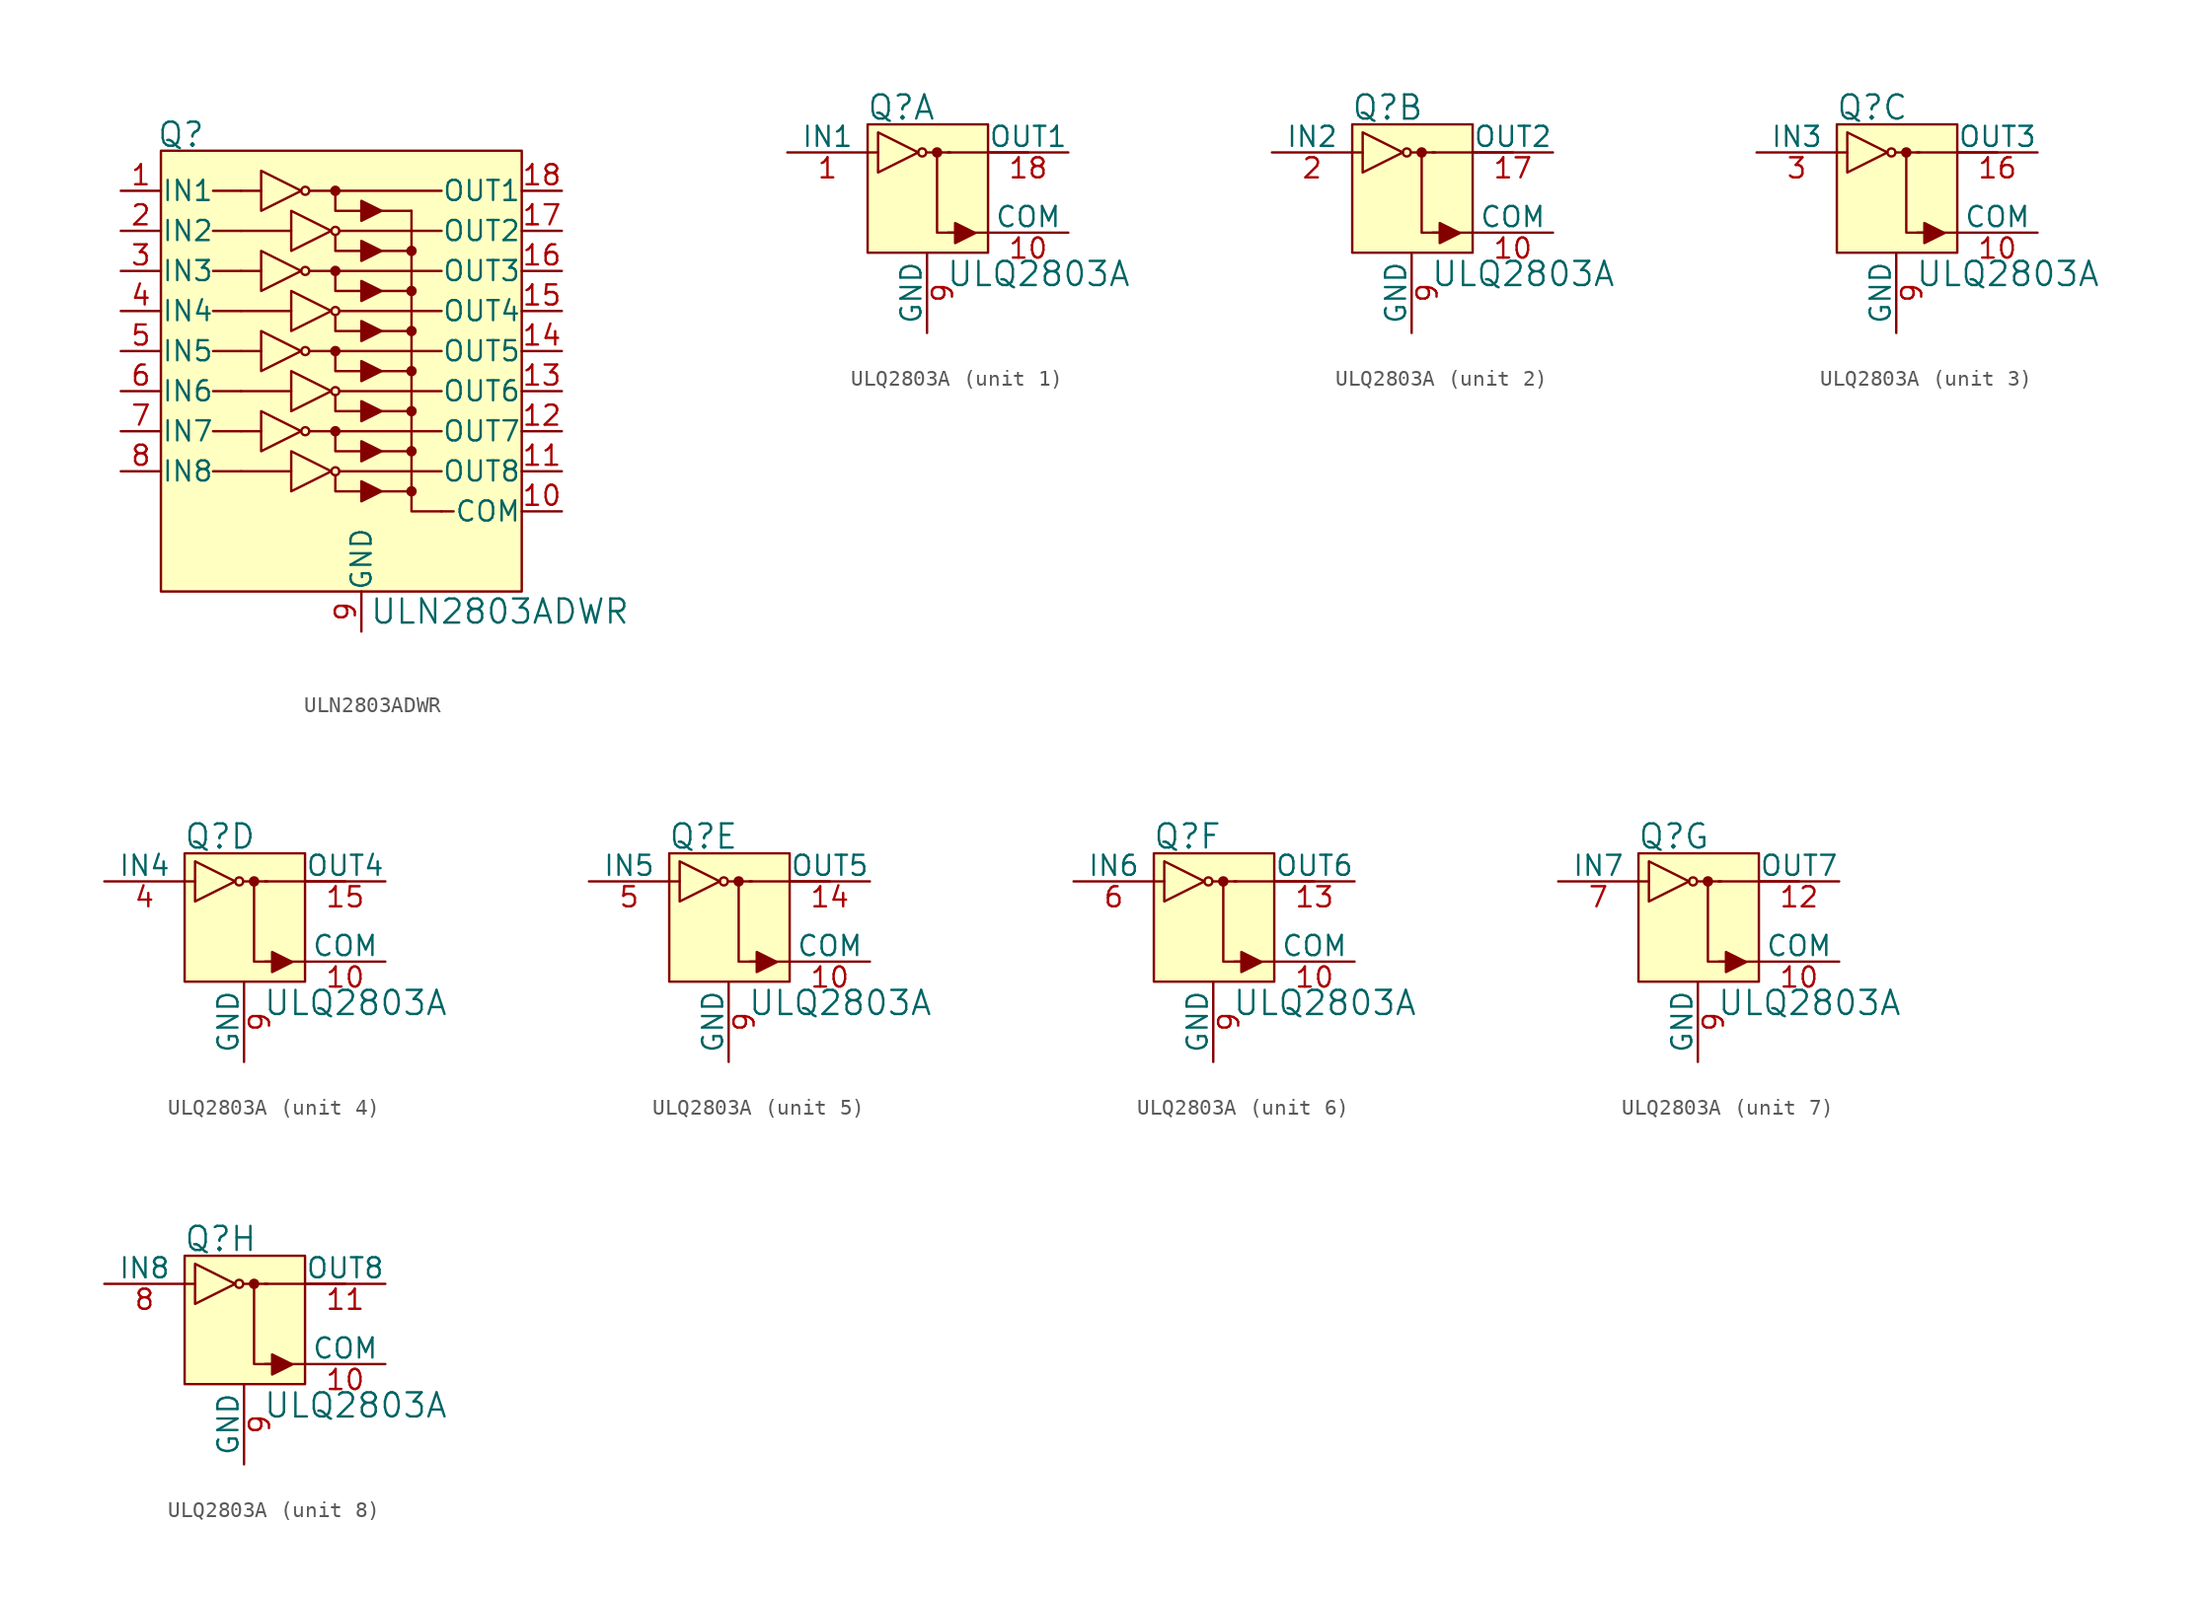
<source format=kicad_sym>
(kicad_symbol_lib
  (version 20220914)
  (generator kicad_symbol_editor)
  (symbol "ULN2803ADWR"
    (pin_names
      (offset 0.025))
    (property "Reference" "Q"
      (at -19.05 23.876 0)
      (effects (font (size 1.524 1.524))))
    (property "Value" "ULN2803ADWR"
      (at -7.112 -6.35 0)
      (effects (font (size 1.524 1.524)) (justify left)))
    (symbol "ULN2803ADWR_0_1"
      (rectangle (start -20.32 22.86) (end 2.54 -5.08) (stroke (width 0) (type default)) (fill (type background)))
      (circle (center -11.176 5.08) (radius 0.254) (stroke (width 0) (type default)) (fill (type none)))
      (circle (center -11.176 10.16) (radius 0.254) (stroke (width 0) (type default)) (fill (type none)))
      (circle (center -11.176 15.24) (radius 0.254) (stroke (width 0) (type default)) (fill (type none)))
      (circle (center -11.176 20.32) (radius 0.254) (stroke (width 0) (type default)) (fill (type none)))
      (circle (center -9.271 2.54) (radius 0.254) (stroke (width 0) (type default)) (fill (type none)))
      (circle (center -9.271 5.08) (radius 0.254) (stroke (width 0) (type default)) (fill (type outline)))
      (circle (center -9.271 7.62) (radius 0.254) (stroke (width 0) (type default)) (fill (type none)))
      (circle (center -9.271 10.16) (radius 0.254) (stroke (width 0) (type default)) (fill (type outline)))
      (circle (center -9.271 12.7) (radius 0.254) (stroke (width 0) (type default)) (fill (type none)))
      (circle (center -9.271 15.24) (radius 0.254) (stroke (width 0) (type default)) (fill (type outline)))
      (circle (center -9.271 17.78) (radius 0.254) (stroke (width 0) (type default)) (fill (type none)))
      (circle (center -9.271 20.32) (radius 0.254) (stroke (width 0) (type default)) (fill (type outline)))
      (circle (center -4.445 1.27) (radius 0.254) (stroke (width 0) (type default)) (fill (type outline)))
      (circle (center -4.445 3.81) (radius 0.254) (stroke (width 0) (type default)) (fill (type outline)))
      (circle (center -4.445 6.35) (radius 0.254) (stroke (width 0) (type default)) (fill (type outline)))
      (circle (center -4.445 8.89) (radius 0.254) (stroke (width 0) (type default)) (fill (type outline)))
      (circle (center -4.445 11.43) (radius 0.254) (stroke (width 0) (type default)) (fill (type outline)))
      (circle (center -4.445 13.97) (radius 0.254) (stroke (width 0) (type default)) (fill (type outline)))
      (circle (center -4.445 16.51) (radius 0.254) (stroke (width 0) (type default)) (fill (type outline)))
      (polyline (pts (xy -15.24 2.54) (xy -17.018 2.54)) (stroke (width 0) (type default)) (fill (type none)))
      (polyline (pts (xy -15.24 5.08) (xy -17.018 5.08)) (stroke (width 0) (type default)) (fill (type none)))
      (polyline (pts (xy -15.24 5.08) (xy -13.97 5.08)) (stroke (width 0) (type default)) (fill (type none)))
      (polyline (pts (xy -15.24 7.62) (xy -17.018 7.62)) (stroke (width 0) (type default)) (fill (type none)))
      (polyline (pts (xy -15.24 10.16) (xy -17.018 10.16)) (stroke (width 0) (type default)) (fill (type none)))
      (polyline (pts (xy -15.24 10.16) (xy -13.97 10.16)) (stroke (width 0) (type default)) (fill (type none)))
      (polyline (pts (xy -15.24 12.7) (xy -17.018 12.7)) (stroke (width 0) (type default)) (fill (type none)))
      (polyline (pts (xy -15.24 15.24) (xy -17.018 15.24)) (stroke (width 0) (type default)) (fill (type none)))
      (polyline (pts (xy -15.24 15.24) (xy -13.97 15.24)) (stroke (width 0) (type default)) (fill (type none)))
      (polyline (pts (xy -15.24 17.78) (xy -17.018 17.78)) (stroke (width 0) (type default)) (fill (type none)))
      (polyline (pts (xy -15.24 20.32) (xy -17.018 20.32)) (stroke (width 0) (type default)) (fill (type none)))
      (polyline (pts (xy -15.24 20.32) (xy -13.97 20.32)) (stroke (width 0) (type default)) (fill (type none)))
      (polyline (pts (xy -12.065 2.54) (xy -15.24 2.54)) (stroke (width 0) (type default)) (fill (type none)))
      (polyline (pts (xy -12.065 7.62) (xy -15.24 7.62)) (stroke (width 0) (type default)) (fill (type none)))
      (polyline (pts (xy -12.065 12.7) (xy -15.24 12.7)) (stroke (width 0) (type default)) (fill (type none)))
      (polyline (pts (xy -12.065 17.78) (xy -15.24 17.78)) (stroke (width 0) (type default)) (fill (type none)))
      (polyline (pts (xy -10.922 5.08) (xy -9.398 5.08)) (stroke (width 0) (type default)) (fill (type none)))
      (polyline (pts (xy -10.922 10.16) (xy -9.398 10.16)) (stroke (width 0) (type default)) (fill (type none)))
      (polyline (pts (xy -10.922 15.24) (xy -9.398 15.24)) (stroke (width 0) (type default)) (fill (type none)))
      (polyline (pts (xy -10.922 20.32) (xy -9.398 20.32)) (stroke (width 0) (type default)) (fill (type none)))
      (polyline (pts (xy -9.017 5.08) (xy -2.54 5.08)) (stroke (width 0) (type default)) (fill (type none)))
      (polyline (pts (xy -9.017 10.16) (xy -2.54 10.16)) (stroke (width 0) (type default)) (fill (type none)))
      (polyline (pts (xy -9.017 15.24) (xy -2.54 15.24)) (stroke (width 0) (type default)) (fill (type none)))
      (polyline (pts (xy -9.017 20.32) (xy -2.54 20.32)) (stroke (width 0) (type default)) (fill (type none)))
      (polyline (pts (xy -6.35 1.27) (xy -4.445 1.27)) (stroke (width 0) (type default)) (fill (type none)))
      (polyline (pts (xy -6.35 3.81) (xy -4.445 3.81)) (stroke (width 0) (type default)) (fill (type none)))
      (polyline (pts (xy -6.35 6.35) (xy -4.445 6.35)) (stroke (width 0) (type default)) (fill (type none)))
      (polyline (pts (xy -6.35 8.89) (xy -4.445 8.89)) (stroke (width 0) (type default)) (fill (type none)))
      (polyline (pts (xy -6.35 11.43) (xy -4.445 11.43)) (stroke (width 0) (type default)) (fill (type none)))
      (polyline (pts (xy -6.35 13.97) (xy -4.445 13.97)) (stroke (width 0) (type default)) (fill (type none)))
      (polyline (pts (xy -6.35 16.51) (xy -4.445 16.51)) (stroke (width 0) (type default)) (fill (type none)))
      (polyline (pts (xy -6.35 19.05) (xy -4.445 19.05)) (stroke (width 0) (type default)) (fill (type none)))
      (polyline (pts (xy -2.54 0) (xy -1.778 0)) (stroke (width 0) (type default)) (fill (type none)))
      (polyline (pts (xy -2.54 2.54) (xy -9.017 2.54)) (stroke (width 0) (type default)) (fill (type none)))
      (polyline (pts (xy -2.54 7.62) (xy -9.017 7.62)) (stroke (width 0) (type default)) (fill (type none)))
      (polyline (pts (xy -2.54 12.7) (xy -9.017 12.7)) (stroke (width 0) (type default)) (fill (type none)))
      (polyline (pts (xy -2.54 17.78) (xy -9.017 17.78)) (stroke (width 0) (type default)) (fill (type none)))
      (polyline (pts (xy -7.62 1.27) (xy -9.271 1.27) (xy -9.271 2.286)) (stroke (width 0) (type default)) (fill (type none)))
      (polyline (pts (xy -7.62 3.81) (xy -9.271 3.81) (xy -9.271 4.953)) (stroke (width 0) (type default)) (fill (type none)))
      (polyline (pts (xy -7.62 6.35) (xy -9.271 6.35) (xy -9.271 7.366)) (stroke (width 0) (type default)) (fill (type none)))
      (polyline (pts (xy -7.62 8.89) (xy -9.271 8.89) (xy -9.271 10.033)) (stroke (width 0) (type default)) (fill (type none)))
      (polyline (pts (xy -7.62 11.43) (xy -9.271 11.43) (xy -9.271 12.446)) (stroke (width 0) (type default)) (fill (type none)))
      (polyline (pts (xy -7.62 13.97) (xy -9.271 13.97) (xy -9.271 15.113)) (stroke (width 0) (type default)) (fill (type none)))
      (polyline (pts (xy -7.62 16.51) (xy -9.271 16.51) (xy -9.271 17.526)) (stroke (width 0) (type default)) (fill (type none)))
      (polyline (pts (xy -7.62 19.05) (xy -9.271 19.05) (xy -9.271 20.193)) (stroke (width 0) (type default)) (fill (type none)))
      (polyline (pts (xy -4.445 19.05) (xy -4.445 0) (xy -2.54 0)) (stroke (width 0) (type default)) (fill (type none)))
      (polyline (pts (xy -13.97 6.35) (xy -13.97 3.81) (xy -11.43 5.08) (xy -13.97 6.35)) (stroke (width 0) (type default)) (fill (type none)))
      (polyline (pts (xy -13.97 11.43) (xy -13.97 8.89) (xy -11.43 10.16) (xy -13.97 11.43)) (stroke (width 0) (type default)) (fill (type none)))
      (polyline (pts (xy -13.97 16.51) (xy -13.97 13.97) (xy -11.43 15.24) (xy -13.97 16.51)) (stroke (width 0) (type default)) (fill (type none)))
      (polyline (pts (xy -13.97 21.59) (xy -13.97 19.05) (xy -11.43 20.32) (xy -13.97 21.59)) (stroke (width 0) (type default)) (fill (type none)))
      (polyline (pts (xy -12.065 3.81) (xy -12.065 1.27) (xy -9.525 2.54) (xy -12.065 3.81)) (stroke (width 0) (type default)) (fill (type none)))
      (polyline (pts (xy -12.065 8.89) (xy -12.065 6.35) (xy -9.525 7.62) (xy -12.065 8.89)) (stroke (width 0) (type default)) (fill (type none)))
      (polyline (pts (xy -12.065 13.97) (xy -12.065 11.43) (xy -9.525 12.7) (xy -12.065 13.97)) (stroke (width 0) (type default)) (fill (type none)))
      (polyline (pts (xy -12.065 19.05) (xy -12.065 16.51) (xy -9.525 17.78) (xy -12.065 19.05)) (stroke (width 0) (type default)) (fill (type none)))
      (polyline (pts (xy -7.62 1.905) (xy -7.62 0.635) (xy -6.35 1.27) (xy -7.62 1.905)) (stroke (width 0) (type default)) (fill (type outline)))
      (polyline (pts (xy -7.62 4.445) (xy -7.62 3.175) (xy -6.35 3.81) (xy -7.62 4.445)) (stroke (width 0) (type default)) (fill (type outline)))
      (polyline (pts (xy -7.62 6.985) (xy -7.62 5.715) (xy -6.35 6.35) (xy -7.62 6.985)) (stroke (width 0) (type default)) (fill (type outline)))
      (polyline (pts (xy -7.62 9.525) (xy -7.62 8.255) (xy -6.35 8.89) (xy -7.62 9.525)) (stroke (width 0) (type default)) (fill (type outline)))
      (polyline (pts (xy -7.62 12.065) (xy -7.62 10.795) (xy -6.35 11.43) (xy -7.62 12.065)) (stroke (width 0) (type default)) (fill (type outline)))
      (polyline (pts (xy -7.62 14.605) (xy -7.62 13.335) (xy -6.35 13.97) (xy -7.62 14.605)) (stroke (width 0) (type default)) (fill (type outline)))
      (polyline (pts (xy -7.62 17.145) (xy -7.62 15.875) (xy -6.35 16.51) (xy -7.62 17.145)) (stroke (width 0) (type default)) (fill (type outline)))
      (polyline (pts (xy -7.62 19.685) (xy -7.62 18.415) (xy -6.35 19.05) (xy -7.62 19.685)) (stroke (width 0) (type default)) (fill (type outline))))
    (symbol "ULN2803ADWR_1_1"
      (pin input line (at -22.86 20.32 0) (length 2.54) (name "IN1" (effects (font (size 1.27 1.27)))) (number "1" (effects (font (size 1.27 1.27)))))
      (pin output line (at 5.08 0 180) (length 2.54) (name "COM" (effects (font (size 1.27 1.27)))) (number "10" (effects (font (size 1.27 1.27)))))
      (pin output line (at 5.08 2.54 180) (length 2.54) (name "OUT8" (effects (font (size 1.27 1.27)))) (number "11" (effects (font (size 1.27 1.27)))))
      (pin output line (at 5.08 5.08 180) (length 2.54) (name "OUT7" (effects (font (size 1.27 1.27)))) (number "12" (effects (font (size 1.27 1.27)))))
      (pin output line (at 5.08 7.62 180) (length 2.54) (name "OUT6" (effects (font (size 1.27 1.27)))) (number "13" (effects (font (size 1.27 1.27)))))
      (pin output line (at 5.08 10.16 180) (length 2.54) (name "OUT5" (effects (font (size 1.27 1.27)))) (number "14" (effects (font (size 1.27 1.27)))))
      (pin output line (at 5.08 12.7 180) (length 2.54) (name "OUT4" (effects (font (size 1.27 1.27)))) (number "15" (effects (font (size 1.27 1.27)))))
      (pin output line (at 5.08 15.24 180) (length 2.54) (name "OUT3" (effects (font (size 1.27 1.27)))) (number "16" (effects (font (size 1.27 1.27)))))
      (pin output line (at 5.08 17.78 180) (length 2.54) (name "OUT2" (effects (font (size 1.27 1.27)))) (number "17" (effects (font (size 1.27 1.27)))))
      (pin output line (at 5.08 20.32 180) (length 2.54) (name "OUT1" (effects (font (size 1.27 1.27)))) (number "18" (effects (font (size 1.27 1.27)))))
      (pin input line (at -22.86 17.78 0) (length 2.54) (name "IN2" (effects (font (size 1.27 1.27)))) (number "2" (effects (font (size 1.27 1.27)))))
      (pin input line (at -22.86 15.24 0) (length 2.54) (name "IN3" (effects (font (size 1.27 1.27)))) (number "3" (effects (font (size 1.27 1.27)))))
      (pin input line (at -22.86 12.7 0) (length 2.54) (name "IN4" (effects (font (size 1.27 1.27)))) (number "4" (effects (font (size 1.27 1.27)))))
      (pin input line (at -22.86 10.16 0) (length 2.54) (name "IN5" (effects (font (size 1.27 1.27)))) (number "5" (effects (font (size 1.27 1.27)))))
      (pin input line (at -22.86 7.62 0) (length 2.54) (name "IN6" (effects (font (size 1.27 1.27)))) (number "6" (effects (font (size 1.27 1.27)))))
      (pin input line (at -22.86 5.08 0) (length 2.54) (name "IN7" (effects (font (size 1.27 1.27)))) (number "7" (effects (font (size 1.27 1.27)))))
      (pin input line (at -22.86 2.54 0) (length 2.54) (name "IN8" (effects (font (size 1.27 1.27)))) (number "8" (effects (font (size 1.27 1.27)))))
      (pin power_in line (at -7.62 -7.62 90) (length 2.54) (name "GND" (effects (font (size 1.27 1.27)))) (number "9" (effects (font (size 1.27 1.27)))))))
  (symbol "ULQ2803A"
    (pin_names
      (offset 0))
    (property "Reference" "Q"
      (at -3.835 5.41 0)
      (effects (font (size 1.524 1.524)) (justify left)))
    (property "Value" "ULQ2803A"
      (at 1.194 -5.131 0)
      (effects (font (size 1.524 1.524)) (justify left)))
    (property "ki_locked" ""
      (at 0 0 0)
      (effects (font (size 1.27 1.27))))
    (symbol "ULQ2803A_0_1"
      (rectangle (start -3.759 4.343) (end 3.861 -3.785) (stroke (width 0) (type default)) (fill (type background)))
      (circle (center -0.305 2.565) (radius 0.254) (stroke (width 0) (type default)) (fill (type none)))
      (polyline (pts (xy -3.785 2.565) (xy -3.099 2.565)) (stroke (width 0) (type default)) (fill (type none)))
      (polyline (pts (xy -0.051 2.565) (xy 1.473 2.565)) (stroke (width 0) (type default)) (fill (type none)))
      (polyline (pts (xy 1.321 2.565) (xy 6.401 2.565)) (stroke (width 0) (type default)) (fill (type none)))
      (polyline (pts (xy 3.861 -2.515) (xy 1.321 -2.515)) (stroke (width 0) (type default)) (fill (type none)))
      (polyline (pts (xy 2.159 -2.515) (xy 0.635 -2.515) (xy 0.635 2.565)) (stroke (width 0) (type default)) (fill (type none)))
      (polyline (pts (xy -3.099 3.835) (xy -3.099 1.295) (xy -0.559 2.565) (xy -3.099 3.835)) (stroke (width 0) (type default)) (fill (type none)))
      (polyline (pts (xy 1.778 -1.905) (xy 1.778 -3.175) (xy 3.048 -2.54) (xy 1.778 -1.905)) (stroke (width 0) (type default)) (fill (type outline)))
      (circle (center 0.635 2.565) (radius 0.254) (stroke (width 0) (type default)) (fill (type outline)))
      (pin output line (at 8.941 -2.515 180) (length 5.08) (name "COM" (effects (font (size 1.27 1.27)))) (number "10" (effects (font (size 1.27 1.27)))))
      (pin power_in line (at 0 -8.865 90) (length 5.08) (name "GND" (effects (font (size 1.27 1.27)))) (number "9" (effects (font (size 1.27 1.27))))))
    (symbol "ULQ2803A_1_1"
      (pin input line (at -8.839 2.565 0) (length 5.08) (name "IN1" (effects (font (size 1.27 1.27)))) (number "1" (effects (font (size 1.27 1.27)))))
      (pin output line (at 8.941 2.565 180) (length 5.08) (name "OUT1" (effects (font (size 1.27 1.27)))) (number "18" (effects (font (size 1.27 1.27))))))
    (symbol "ULQ2803A_2_1"
      (pin output line (at 8.941 2.565 180) (length 5.08) (name "OUT2" (effects (font (size 1.27 1.27)))) (number "17" (effects (font (size 1.27 1.27)))))
      (pin input line (at -8.839 2.565 0) (length 5.08) (name "IN2" (effects (font (size 1.27 1.27)))) (number "2" (effects (font (size 1.27 1.27))))))
    (symbol "ULQ2803A_3_1"
      (pin output line (at 8.941 2.565 180) (length 5.08) (name "OUT3" (effects (font (size 1.27 1.27)))) (number "16" (effects (font (size 1.27 1.27)))))
      (pin input line (at -8.839 2.565 0) (length 5.08) (name "IN3" (effects (font (size 1.27 1.27)))) (number "3" (effects (font (size 1.27 1.27))))))
    (symbol "ULQ2803A_4_1"
      (pin output line (at 8.941 2.565 180) (length 5.08) (name "OUT4" (effects (font (size 1.27 1.27)))) (number "15" (effects (font (size 1.27 1.27)))))
      (pin input line (at -8.839 2.565 0) (length 5.08) (name "IN4" (effects (font (size 1.27 1.27)))) (number "4" (effects (font (size 1.27 1.27))))))
    (symbol "ULQ2803A_5_1"
      (pin output line (at 8.941 2.565 180) (length 5.08) (name "OUT5" (effects (font (size 1.27 1.27)))) (number "14" (effects (font (size 1.27 1.27)))))
      (pin input line (at -8.839 2.565 0) (length 5.08) (name "IN5" (effects (font (size 1.27 1.27)))) (number "5" (effects (font (size 1.27 1.27))))))
    (symbol "ULQ2803A_6_1"
      (pin output line (at 8.941 2.565 180) (length 5.08) (name "OUT6" (effects (font (size 1.27 1.27)))) (number "13" (effects (font (size 1.27 1.27)))))
      (pin input line (at -8.839 2.565 0) (length 5.08) (name "IN6" (effects (font (size 1.27 1.27)))) (number "6" (effects (font (size 1.27 1.27))))))
    (symbol "ULQ2803A_7_1"
      (pin output line (at 8.941 2.565 180) (length 5.08) (name "OUT7" (effects (font (size 1.27 1.27)))) (number "12" (effects (font (size 1.27 1.27)))))
      (pin input line (at -8.839 2.565 0) (length 5.08) (name "IN7" (effects (font (size 1.27 1.27)))) (number "7" (effects (font (size 1.27 1.27))))))
    (symbol "ULQ2803A_8_1"
      (pin output line (at 8.941 2.565 180) (length 5.08) (name "OUT8" (effects (font (size 1.27 1.27)))) (number "11" (effects (font (size 1.27 1.27)))))
      (pin input line (at -8.839 2.565 0) (length 5.08) (name "IN8" (effects (font (size 1.27 1.27)))) (number "8" (effects (font (size 1.27 1.27))))))))
</source>
